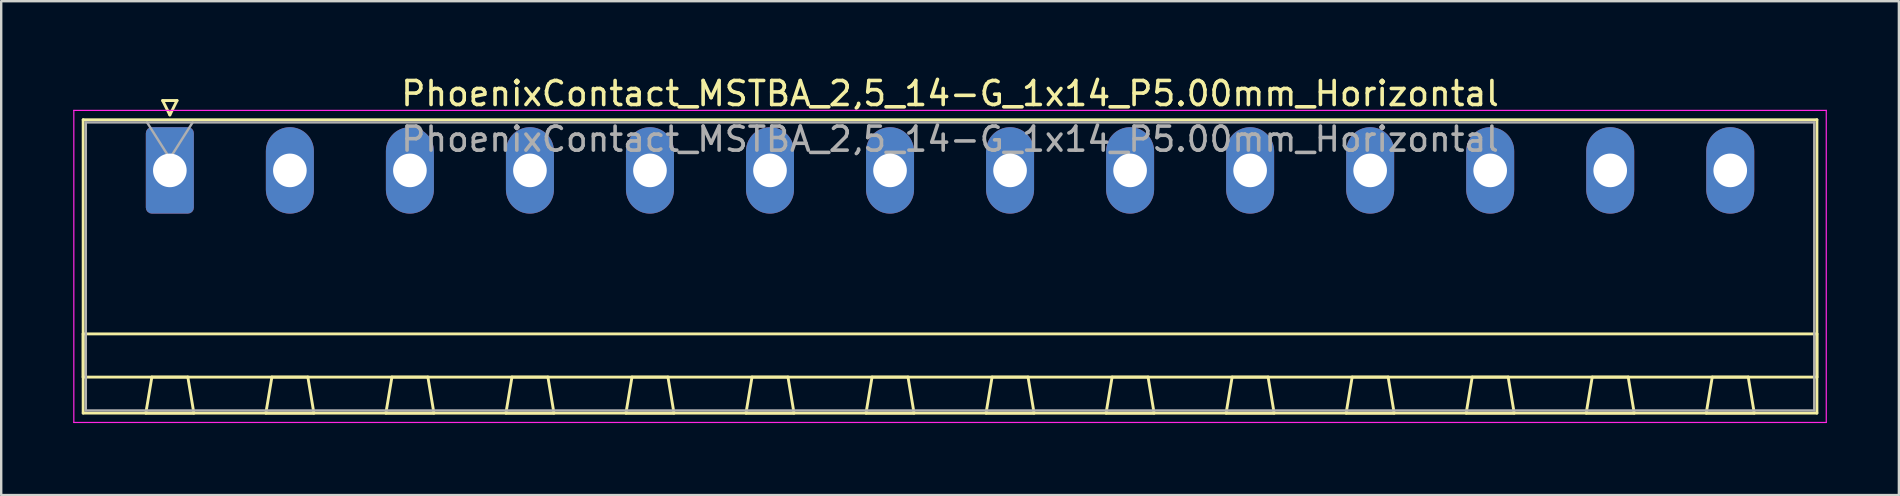
<source format=kicad_pcb>
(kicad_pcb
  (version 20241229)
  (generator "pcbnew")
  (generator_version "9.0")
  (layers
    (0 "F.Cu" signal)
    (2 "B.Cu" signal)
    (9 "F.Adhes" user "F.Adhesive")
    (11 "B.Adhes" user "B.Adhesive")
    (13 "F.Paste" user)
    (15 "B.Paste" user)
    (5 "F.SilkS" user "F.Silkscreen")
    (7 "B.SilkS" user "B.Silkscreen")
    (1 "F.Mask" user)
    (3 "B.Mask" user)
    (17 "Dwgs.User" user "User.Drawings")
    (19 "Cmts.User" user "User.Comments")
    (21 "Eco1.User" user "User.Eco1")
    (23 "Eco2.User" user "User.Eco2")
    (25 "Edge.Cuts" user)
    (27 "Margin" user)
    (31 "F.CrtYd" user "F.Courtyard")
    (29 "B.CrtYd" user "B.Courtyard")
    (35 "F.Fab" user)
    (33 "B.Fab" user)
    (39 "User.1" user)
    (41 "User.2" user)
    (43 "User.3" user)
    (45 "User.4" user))
  (footprint "PhoenixContact_MSTBA_2,5_14-G_1x14_P5.00mm_Horizontal"
    (layer "F.Cu")
    (at 4.025 4.048)
    (property "Reference" "PhoenixContact_MSTBA_2,5_14-G_1x14_P5.00mm_Horizontal" (at 32.5 -3.2 0) (layer "F.SilkS") (effects (font (size 1 1) (thickness 0.15))))
    (attr through_hole)
    (fp_line (start -3.61 -2.11) (end -3.61 10.11) (stroke (width 0.12) (type solid)) (layer "F.SilkS"))
    (fp_line (start -3.61 6.81) (end 68.61 6.81) (stroke (width 0.12) (type solid)) (layer "F.SilkS"))
    (fp_line (start -3.61 8.61) (end -3.61 6.81) (stroke (width 0.12) (type solid)) (layer "F.SilkS"))
    (fp_line (start -3.61 10.11) (end 68.61 10.11) (stroke (width 0.12) (type solid)) (layer "F.SilkS"))
    (fp_line (start -1 10.11) (end 1 10.11) (stroke (width 0.12) (type solid)) (layer "F.SilkS"))
    (fp_line (start -0.75 8.61) (end -1 10.11) (stroke (width 0.12) (type solid)) (layer "F.SilkS"))
    (fp_line (start -0.3 -2.91) (end 0.3 -2.91) (stroke (width 0.12) (type solid)) (layer "F.SilkS"))
    (fp_line (start 0 -2.31) (end -0.3 -2.91) (stroke (width 0.12) (type solid)) (layer "F.SilkS"))
    (fp_line (start 0.3 -2.91) (end 0 -2.31) (stroke (width 0.12) (type solid)) (layer "F.SilkS"))
    (fp_line (start 0.75 8.61) (end -0.75 8.61) (stroke (width 0.12) (type solid)) (layer "F.SilkS"))
    (fp_line (start 1 10.11) (end 0.75 8.61) (stroke (width 0.12) (type solid)) (layer "F.SilkS"))
    (fp_line (start 4 10.11) (end 6 10.11) (stroke (width 0.12) (type solid)) (layer "F.SilkS"))
    (fp_line (start 4.25 8.61) (end 4 10.11) (stroke (width 0.12) (type solid)) (layer "F.SilkS"))
    (fp_line (start 5.75 8.61) (end 4.25 8.61) (stroke (width 0.12) (type solid)) (layer "F.SilkS"))
    (fp_line (start 6 10.11) (end 5.75 8.61) (stroke (width 0.12) (type solid)) (layer "F.SilkS"))
    (fp_line (start 9 10.11) (end 11 10.11) (stroke (width 0.12) (type solid)) (layer "F.SilkS"))
    (fp_line (start 9.25 8.61) (end 9 10.11) (stroke (width 0.12) (type solid)) (layer "F.SilkS"))
    (fp_line (start 10.75 8.61) (end 9.25 8.61) (stroke (width 0.12) (type solid)) (layer "F.SilkS"))
    (fp_line (start 11 10.11) (end 10.75 8.61) (stroke (width 0.12) (type solid)) (layer "F.SilkS"))
    (fp_line (start 14 10.11) (end 16 10.11) (stroke (width 0.12) (type solid)) (layer "F.SilkS"))
    (fp_line (start 14.25 8.61) (end 14 10.11) (stroke (width 0.12) (type solid)) (layer "F.SilkS"))
    (fp_line (start 15.75 8.61) (end 14.25 8.61) (stroke (width 0.12) (type solid)) (layer "F.SilkS"))
    (fp_line (start 16 10.11) (end 15.75 8.61) (stroke (width 0.12) (type solid)) (layer "F.SilkS"))
    (fp_line (start 19 10.11) (end 21 10.11) (stroke (width 0.12) (type solid)) (layer "F.SilkS"))
    (fp_line (start 19.25 8.61) (end 19 10.11) (stroke (width 0.12) (type solid)) (layer "F.SilkS"))
    (fp_line (start 20.75 8.61) (end 19.25 8.61) (stroke (width 0.12) (type solid)) (layer "F.SilkS"))
    (fp_line (start 21 10.11) (end 20.75 8.61) (stroke (width 0.12) (type solid)) (layer "F.SilkS"))
    (fp_line (start 24 10.11) (end 26 10.11) (stroke (width 0.12) (type solid)) (layer "F.SilkS"))
    (fp_line (start 24.25 8.61) (end 24 10.11) (stroke (width 0.12) (type solid)) (layer "F.SilkS"))
    (fp_line (start 25.75 8.61) (end 24.25 8.61) (stroke (width 0.12) (type solid)) (layer "F.SilkS"))
    (fp_line (start 26 10.11) (end 25.75 8.61) (stroke (width 0.12) (type solid)) (layer "F.SilkS"))
    (fp_line (start 29 10.11) (end 31 10.11) (stroke (width 0.12) (type solid)) (layer "F.SilkS"))
    (fp_line (start 29.25 8.61) (end 29 10.11) (stroke (width 0.12) (type solid)) (layer "F.SilkS"))
    (fp_line (start 30.75 8.61) (end 29.25 8.61) (stroke (width 0.12) (type solid)) (layer "F.SilkS"))
    (fp_line (start 31 10.11) (end 30.75 8.61) (stroke (width 0.12) (type solid)) (layer "F.SilkS"))
    (fp_line (start 34 10.11) (end 36 10.11) (stroke (width 0.12) (type solid)) (layer "F.SilkS"))
    (fp_line (start 34.25 8.61) (end 34 10.11) (stroke (width 0.12) (type solid)) (layer "F.SilkS"))
    (fp_line (start 35.75 8.61) (end 34.25 8.61) (stroke (width 0.12) (type solid)) (layer "F.SilkS"))
    (fp_line (start 36 10.11) (end 35.75 8.61) (stroke (width 0.12) (type solid)) (layer "F.SilkS"))
    (fp_line (start 39 10.11) (end 41 10.11) (stroke (width 0.12) (type solid)) (layer "F.SilkS"))
    (fp_line (start 39.25 8.61) (end 39 10.11) (stroke (width 0.12) (type solid)) (layer "F.SilkS"))
    (fp_line (start 40.75 8.61) (end 39.25 8.61) (stroke (width 0.12) (type solid)) (layer "F.SilkS"))
    (fp_line (start 41 10.11) (end 40.75 8.61) (stroke (width 0.12) (type solid)) (layer "F.SilkS"))
    (fp_line (start 44 10.11) (end 46 10.11) (stroke (width 0.12) (type solid)) (layer "F.SilkS"))
    (fp_line (start 44.25 8.61) (end 44 10.11) (stroke (width 0.12) (type solid)) (layer "F.SilkS"))
    (fp_line (start 45.75 8.61) (end 44.25 8.61) (stroke (width 0.12) (type solid)) (layer "F.SilkS"))
    (fp_line (start 46 10.11) (end 45.75 8.61) (stroke (width 0.12) (type solid)) (layer "F.SilkS"))
    (fp_line (start 49 10.11) (end 51 10.11) (stroke (width 0.12) (type solid)) (layer "F.SilkS"))
    (fp_line (start 49.25 8.61) (end 49 10.11) (stroke (width 0.12) (type solid)) (layer "F.SilkS"))
    (fp_line (start 50.75 8.61) (end 49.25 8.61) (stroke (width 0.12) (type solid)) (layer "F.SilkS"))
    (fp_line (start 51 10.11) (end 50.75 8.61) (stroke (width 0.12) (type solid)) (layer "F.SilkS"))
    (fp_line (start 54 10.11) (end 56 10.11) (stroke (width 0.12) (type solid)) (layer "F.SilkS"))
    (fp_line (start 54.25 8.61) (end 54 10.11) (stroke (width 0.12) (type solid)) (layer "F.SilkS"))
    (fp_line (start 55.75 8.61) (end 54.25 8.61) (stroke (width 0.12) (type solid)) (layer "F.SilkS"))
    (fp_line (start 56 10.11) (end 55.75 8.61) (stroke (width 0.12) (type solid)) (layer "F.SilkS"))
    (fp_line (start 59 10.11) (end 61 10.11) (stroke (width 0.12) (type solid)) (layer "F.SilkS"))
    (fp_line (start 59.25 8.61) (end 59 10.11) (stroke (width 0.12) (type solid)) (layer "F.SilkS"))
    (fp_line (start 60.75 8.61) (end 59.25 8.61) (stroke (width 0.12) (type solid)) (layer "F.SilkS"))
    (fp_line (start 61 10.11) (end 60.75 8.61) (stroke (width 0.12) (type solid)) (layer "F.SilkS"))
    (fp_line (start 64 10.11) (end 66 10.11) (stroke (width 0.12) (type solid)) (layer "F.SilkS"))
    (fp_line (start 64.25 8.61) (end 64 10.11) (stroke (width 0.12) (type solid)) (layer "F.SilkS"))
    (fp_line (start 65.75 8.61) (end 64.25 8.61) (stroke (width 0.12) (type solid)) (layer "F.SilkS"))
    (fp_line (start 66 10.11) (end 65.75 8.61) (stroke (width 0.12) (type solid)) (layer "F.SilkS"))
    (fp_line (start 68.61 -2.11) (end -3.61 -2.11) (stroke (width 0.12) (type solid)) (layer "F.SilkS"))
    (fp_line (start 68.61 6.81) (end 68.61 8.61) (stroke (width 0.12) (type solid)) (layer "F.SilkS"))
    (fp_line (start 68.61 8.61) (end -3.61 8.61) (stroke (width 0.12) (type solid)) (layer "F.SilkS"))
    (fp_line (start 68.61 10.11) (end 68.61 -2.11) (stroke (width 0.12) (type solid)) (layer "F.SilkS"))
    (fp_line (start -4 -2.5) (end -4 10.5) (stroke (width 0.05) (type solid)) (layer "F.CrtYd"))
    (fp_line (start -4 10.5) (end 69 10.5) (stroke (width 0.05) (type solid)) (layer "F.CrtYd"))
    (fp_line (start 69 -2.5) (end -4 -2.5) (stroke (width 0.05) (type solid)) (layer "F.CrtYd"))
    (fp_line (start 69 10.5) (end 69 -2.5) (stroke (width 0.05) (type solid)) (layer "F.CrtYd"))
    (fp_line (start -3.5 -2) (end -3.5 10) (stroke (width 0.1) (type solid)) (layer "F.Fab"))
    (fp_line (start -3.5 10) (end 68.5 10) (stroke (width 0.1) (type solid)) (layer "F.Fab"))
    (fp_line (start 0 -0.5) (end -0.95 -2) (stroke (width 0.1) (type solid)) (layer "F.Fab"))
    (fp_line (start 0.95 -2) (end 0 -0.5) (stroke (width 0.1) (type solid)) (layer "F.Fab"))
    (fp_line (start 68.5 -2) (end -3.5 -2) (stroke (width 0.1) (type solid)) (layer "F.Fab"))
    (fp_line (start 68.5 10) (end 68.5 -2) (stroke (width 0.1) (type solid)) (layer "F.Fab"))
    (fp_text user "${REFERENCE}" (at 32.5 -1.3 0) (layer "F.Fab") (effects (font (size 1 1) (thickness 0.15))))
    (pad "1" thru_hole roundrect (at 0 0) (size 2 3.6) (drill 1.4) (layers "*.Cu" "*.Mask") (roundrect_rratio 0.125))
    (pad "2" thru_hole oval (at 5 0) (size 2 3.6) (drill 1.4) (layers "*.Cu" "*.Mask"))
    (pad "3" thru_hole oval (at 10 0) (size 2 3.6) (drill 1.4) (layers "*.Cu" "*.Mask"))
    (pad "4" thru_hole oval (at 15 0) (size 2 3.6) (drill 1.4) (layers "*.Cu" "*.Mask"))
    (pad "5" thru_hole oval (at 20 0) (size 2 3.6) (drill 1.4) (layers "*.Cu" "*.Mask"))
    (pad "6" thru_hole oval (at 25 0) (size 2 3.6) (drill 1.4) (layers "*.Cu" "*.Mask"))
    (pad "7" thru_hole oval (at 30 0) (size 2 3.6) (drill 1.4) (layers "*.Cu" "*.Mask"))
    (pad "8" thru_hole oval (at 35 0) (size 2 3.6) (drill 1.4) (layers "*.Cu" "*.Mask"))
    (pad "9" thru_hole oval (at 40 0) (size 2 3.6) (drill 1.4) (layers "*.Cu" "*.Mask"))
    (pad "10" thru_hole oval (at 45 0) (size 2 3.6) (drill 1.4) (layers "*.Cu" "*.Mask"))
    (pad "11" thru_hole oval (at 50 0) (size 2 3.6) (drill 1.4) (layers "*.Cu" "*.Mask"))
    (pad "12" thru_hole oval (at 55 0) (size 2 3.6) (drill 1.4) (layers "*.Cu" "*.Mask"))
    (pad "13" thru_hole oval (at 60 0) (size 2 3.6) (drill 1.4) (layers "*.Cu" "*.Mask"))
    (pad "14" thru_hole oval (at 65 0) (size 2 3.6) (drill 1.4) (layers "*.Cu" "*.Mask")))
  (gr_rect
    (start -3 -3)
    (end 76.05 17.573)
    (stroke (width 0.1) (type default))
    (fill no)
    (layer "Edge.Cuts")))
</source>
